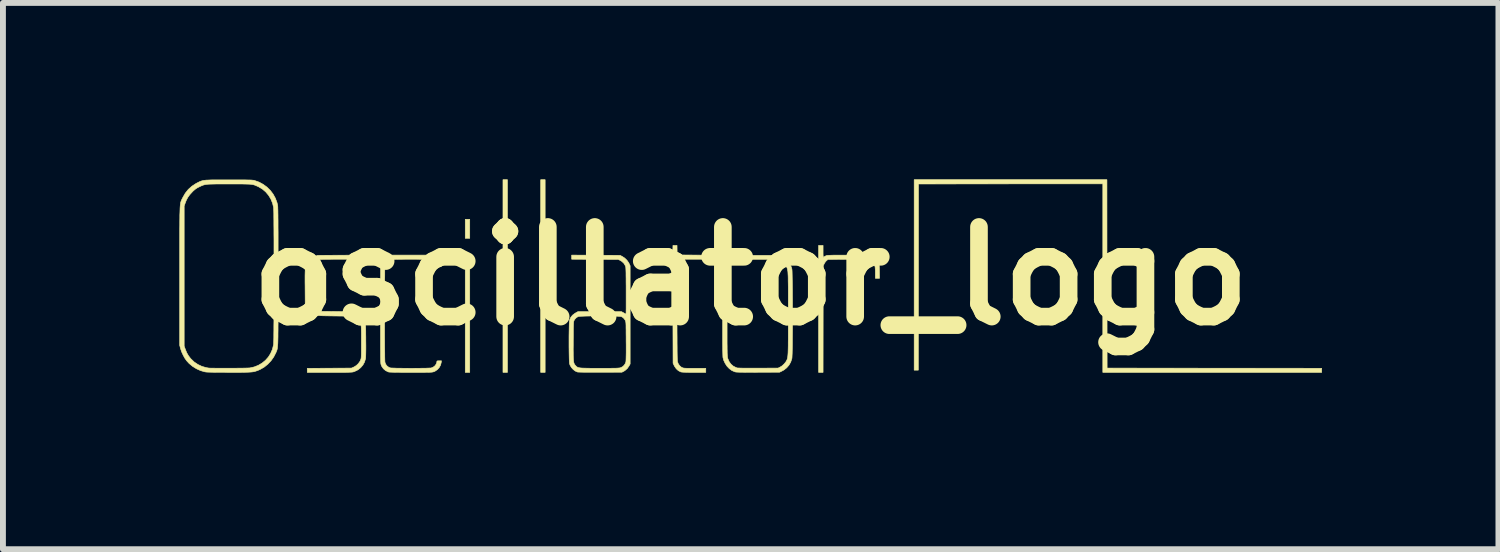
<source format=kicad_pcb>
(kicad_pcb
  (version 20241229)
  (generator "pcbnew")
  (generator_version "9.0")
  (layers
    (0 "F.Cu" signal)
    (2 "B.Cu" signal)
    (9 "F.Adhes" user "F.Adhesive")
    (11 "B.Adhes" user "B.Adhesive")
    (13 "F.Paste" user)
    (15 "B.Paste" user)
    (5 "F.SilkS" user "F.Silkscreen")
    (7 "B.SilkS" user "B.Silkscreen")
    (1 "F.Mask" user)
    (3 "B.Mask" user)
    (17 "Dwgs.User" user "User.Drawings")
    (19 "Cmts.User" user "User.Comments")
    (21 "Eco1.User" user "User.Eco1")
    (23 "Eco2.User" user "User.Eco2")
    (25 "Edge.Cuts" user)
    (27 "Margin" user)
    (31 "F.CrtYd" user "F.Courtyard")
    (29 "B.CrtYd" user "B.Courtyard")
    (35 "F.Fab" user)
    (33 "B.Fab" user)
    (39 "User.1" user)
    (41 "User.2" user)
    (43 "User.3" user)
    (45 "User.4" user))
  (footprint "oscillator_logo"
    (layer "F.Cu")
    (at 9.711 1.643)
    (property "Reference" "oscillator_logo" (at 0 0 0) (layer "F.SilkS") (effects (font (size 1.524 1.524) (thickness 0.3))))
    (attr through_hole)
    (fp_poly (pts (xy -4.775 -0.641) (xy -4.851 -0.641) (xy -4.851 -0.965) (xy -4.775 -0.965) (xy -4.775 -0.641)) (stroke (width 0.01) (type solid)) (fill yes) (layer "F.SilkS"))
    (fp_poly (pts (xy -4.775 1.638) (xy -4.851 1.638) (xy -4.851 -0.356) (xy -4.775 -0.356) (xy -4.775 1.638)) (stroke (width 0.01) (type solid)) (fill yes) (layer "F.SilkS"))
    (fp_poly (pts (xy -4.134 1.638) (xy -4.21 1.638) (xy -4.21 -1.638) (xy -4.134 -1.638) (xy -4.134 1.638)) (stroke (width 0.01) (type solid)) (fill yes) (layer "F.SilkS"))
    (fp_poly (pts (xy -3.493 1.638) (xy -3.569 1.638) (xy -3.569 -1.638) (xy -3.493 -1.638) (xy -3.493 1.638)) (stroke (width 0.01) (type solid)) (fill yes) (layer "F.SilkS"))
    (fp_poly (pts (xy 6.059 -0.037) (xy 6.061 1.565) (xy 7.885 1.567) (xy 9.709 1.568) (xy 9.709 1.638) (xy 5.988 1.638) (xy 5.988 -1.568) (xy 4.421 -1.567) (xy 2.854 -1.565) (xy 2.853 0.017) (xy 2.851 1.6) (xy 2.781 1.6) (xy 2.781 -1.638) (xy 6.058 -1.638) (xy 6.059 -0.037)) (stroke (width 0.01) (type solid)) (fill yes) (layer "F.SilkS"))
    (fp_poly (pts (xy -1.25 -0.44) (xy -1.248 -0.359) (xy -1.024 -0.357) (xy -0.8 -0.355) (xy -0.8 -0.286) (xy -1.251 -0.286) (xy -1.251 0.568) (xy -1.251 0.706) (xy -1.251 0.831) (xy -1.251 0.944) (xy -1.25 1.045) (xy -1.25 1.135) (xy -1.249 1.213) (xy -1.249 1.279) (xy -1.248 1.335) (xy -1.247 1.38) (xy -1.246 1.414) (xy -1.245 1.438) (xy -1.244 1.452) (xy -1.244 1.454) (xy -1.23 1.491) (xy -1.207 1.524) (xy -1.178 1.549) (xy -1.169 1.554) (xy -1.16 1.558) (xy -1.152 1.561) (xy -1.141 1.564) (xy -1.128 1.566) (xy -1.11 1.567) (xy -1.086 1.568) (xy -1.054 1.568) (xy -1.012 1.568) (xy -0.96 1.568) (xy -0.951 1.568) (xy -0.762 1.568) (xy -0.762 1.638) (xy -0.964 1.638) (xy -1.025 1.638) (xy -1.075 1.637) (xy -1.114 1.636) (xy -1.145 1.635) (xy -1.167 1.633) (xy -1.182 1.631) (xy -1.189 1.629) (xy -1.229 1.608) (xy -1.264 1.576) (xy -1.294 1.533) (xy -1.303 1.514) (xy -1.318 1.483) (xy -1.324 -0.283) (xy -1.541 -0.284) (xy -1.759 -0.286) (xy -1.759 -0.355) (xy -1.541 -0.357) (xy -1.324 -0.359) (xy -1.322 -0.44) (xy -1.32 -0.521) (xy -1.251 -0.521) (xy -1.25 -0.44)) (stroke (width 0.01) (type solid)) (fill yes) (layer "F.SilkS"))
    (fp_poly (pts (xy 1.232 -0.419) (xy 1.232 -0.377) (xy 1.233 -0.347) (xy 1.236 -0.328) (xy 1.239 -0.319) (xy 1.243 -0.318) (xy 1.248 -0.325) (xy 1.256 -0.331) (xy 1.272 -0.34) (xy 1.279 -0.343) (xy 1.285 -0.346) (xy 1.292 -0.348) (xy 1.301 -0.35) (xy 1.313 -0.351) (xy 1.329 -0.352) (xy 1.351 -0.353) (xy 1.378 -0.354) (xy 1.413 -0.355) (xy 1.456 -0.355) (xy 1.508 -0.355) (xy 1.57 -0.355) (xy 1.643 -0.355) (xy 1.676 -0.355) (xy 1.754 -0.355) (xy 1.82 -0.355) (xy 1.876 -0.355) (xy 1.922 -0.355) (xy 1.96 -0.355) (xy 1.99 -0.354) (xy 2.013 -0.353) (xy 2.031 -0.352) (xy 2.045 -0.351) (xy 2.055 -0.349) (xy 2.062 -0.347) (xy 2.069 -0.345) (xy 2.074 -0.343) (xy 2.104 -0.323) (xy 2.133 -0.294) (xy 2.158 -0.259) (xy 2.171 -0.236) (xy 2.177 -0.223) (xy 2.181 -0.21) (xy 2.184 -0.197) (xy 2.186 -0.18) (xy 2.188 -0.157) (xy 2.189 -0.126) (xy 2.19 -0.085) (xy 2.19 -0.081) (xy 2.192 0.038) (xy 2.121 0.038) (xy 2.121 -0.053) (xy 2.121 -0.094) (xy 2.119 -0.125) (xy 2.117 -0.15) (xy 2.112 -0.171) (xy 2.108 -0.186) (xy 2.092 -0.224) (xy 2.069 -0.254) (xy 2.042 -0.274) (xy 2.027 -0.28) (xy 2.015 -0.281) (xy 1.992 -0.283) (xy 1.958 -0.284) (xy 1.912 -0.284) (xy 1.854 -0.285) (xy 1.785 -0.285) (xy 1.703 -0.285) (xy 1.66 -0.285) (xy 1.317 -0.283) (xy 1.294 -0.265) (xy 1.278 -0.249) (xy 1.261 -0.226) (xy 1.253 -0.211) (xy 1.235 -0.175) (xy 1.233 0.732) (xy 1.232 1.638) (xy 1.156 1.638) (xy 1.156 -0.521) (xy 1.232 -0.521) (xy 1.232 -0.419)) (stroke (width 0.01) (type solid)) (fill yes) (layer "F.SilkS"))
    (fp_poly (pts (xy -5.366 -0.336) (xy -5.33 -0.312) (xy -5.3 -0.28) (xy -5.276 -0.244) (xy -5.262 -0.205) (xy -5.258 -0.173) (xy -5.259 -0.165) (xy -5.264 -0.161) (xy -5.275 -0.159) (xy -5.296 -0.159) (xy -5.317 -0.159) (xy -5.328 -0.161) (xy -5.333 -0.165) (xy -5.334 -0.174) (xy -5.334 -0.175) (xy -5.34 -0.202) (xy -5.355 -0.23) (xy -5.377 -0.254) (xy -5.404 -0.272) (xy -5.422 -0.279) (xy -5.434 -0.281) (xy -5.457 -0.282) (xy -5.49 -0.283) (xy -5.531 -0.284) (xy -5.579 -0.285) (xy -5.632 -0.285) (xy -5.689 -0.286) (xy -5.748 -0.286) (xy -5.807 -0.286) (xy -5.866 -0.286) (xy -5.923 -0.285) (xy -5.976 -0.285) (xy -6.023 -0.284) (xy -6.064 -0.283) (xy -6.097 -0.282) (xy -6.12 -0.28) (xy -6.131 -0.279) (xy -6.161 -0.264) (xy -6.187 -0.241) (xy -6.207 -0.211) (xy -6.216 -0.185) (xy -6.217 -0.174) (xy -6.218 -0.151) (xy -6.219 -0.117) (xy -6.22 -0.073) (xy -6.22 -0.02) (xy -6.221 0.041) (xy -6.222 0.108) (xy -6.222 0.182) (xy -6.223 0.261) (xy -6.223 0.344) (xy -6.223 0.43) (xy -6.223 0.519) (xy -6.223 0.608) (xy -6.223 0.698) (xy -6.223 0.788) (xy -6.223 0.876) (xy -6.223 0.961) (xy -6.223 1.043) (xy -6.222 1.121) (xy -6.222 1.193) (xy -6.221 1.259) (xy -6.22 1.317) (xy -6.22 1.368) (xy -6.219 1.409) (xy -6.218 1.44) (xy -6.217 1.46) (xy -6.216 1.467) (xy -6.203 1.501) (xy -6.18 1.53) (xy -6.15 1.552) (xy -6.126 1.561) (xy -6.113 1.563) (xy -6.089 1.564) (xy -6.055 1.565) (xy -6.013 1.567) (xy -5.964 1.567) (xy -5.911 1.568) (xy -5.854 1.568) (xy -5.795 1.569) (xy -5.735 1.569) (xy -5.677 1.568) (xy -5.621 1.568) (xy -5.569 1.567) (xy -5.523 1.567) (xy -5.484 1.565) (xy -5.453 1.564) (xy -5.433 1.563) (xy -5.426 1.561) (xy -5.395 1.548) (xy -5.368 1.527) (xy -5.348 1.501) (xy -5.336 1.473) (xy -5.334 1.458) (xy -5.333 1.449) (xy -5.329 1.444) (xy -5.318 1.442) (xy -5.298 1.441) (xy -5.295 1.441) (xy -5.256 1.441) (xy -5.26 1.471) (xy -5.272 1.516) (xy -5.295 1.557) (xy -5.326 1.591) (xy -5.364 1.617) (xy -5.382 1.625) (xy -5.39 1.628) (xy -5.398 1.63) (xy -5.407 1.632) (xy -5.419 1.634) (xy -5.435 1.635) (xy -5.455 1.636) (xy -5.48 1.637) (xy -5.512 1.637) (xy -5.553 1.638) (xy -5.601 1.638) (xy -5.66 1.638) (xy -5.73 1.638) (xy -5.777 1.638) (xy -5.858 1.638) (xy -5.926 1.638) (xy -5.984 1.637) (xy -6.032 1.637) (xy -6.071 1.636) (xy -6.102 1.635) (xy -6.125 1.634) (xy -6.143 1.633) (xy -6.155 1.631) (xy -6.161 1.629) (xy -6.206 1.607) (xy -6.243 1.575) (xy -6.271 1.535) (xy -6.283 1.506) (xy -6.284 1.5) (xy -6.286 1.493) (xy -6.287 1.483) (xy -6.288 1.47) (xy -6.289 1.453) (xy -6.29 1.432) (xy -6.29 1.405) (xy -6.291 1.373) (xy -6.291 1.334) (xy -6.291 1.288) (xy -6.292 1.234) (xy -6.292 1.172) (xy -6.292 1.101) (xy -6.292 1.02) (xy -6.292 0.929) (xy -6.292 0.827) (xy -6.292 0.713) (xy -6.291 0.628) (xy -6.29 -0.219) (xy -6.275 -0.246) (xy -6.248 -0.286) (xy -6.215 -0.317) (xy -6.183 -0.336) (xy -6.145 -0.356) (xy -5.406 -0.356) (xy -5.366 -0.336)) (stroke (width 0.01) (type solid)) (fill yes) (layer "F.SilkS"))
    (fp_poly (pts (xy -6.579 -0.286) (xy -6.943 -0.286) (xy -7.021 -0.286) (xy -7.087 -0.286) (xy -7.142 -0.285) (xy -7.188 -0.285) (xy -7.225 -0.285) (xy -7.256 -0.284) (xy -7.28 -0.283) (xy -7.299 -0.282) (xy -7.314 -0.281) (xy -7.325 -0.279) (xy -7.335 -0.277) (xy -7.345 -0.274) (xy -7.348 -0.273) (xy -7.396 -0.253) (xy -7.436 -0.223) (xy -7.466 -0.186) (xy -7.475 -0.172) (xy -7.482 -0.16) (xy -7.487 -0.147) (xy -7.492 -0.133) (xy -7.496 -0.116) (xy -7.498 -0.096) (xy -7.5 -0.07) (xy -7.501 -0.037) (xy -7.502 0.003) (xy -7.502 0.053) (xy -7.503 0.113) (xy -7.503 0.162) (xy -7.503 0.429) (xy -7.487 0.467) (xy -7.467 0.504) (xy -7.437 0.539) (xy -7.402 0.569) (xy -7.376 0.584) (xy -7.344 0.6) (xy -7.055 0.603) (xy -6.987 0.604) (xy -6.93 0.605) (xy -6.883 0.606) (xy -6.846 0.607) (xy -6.816 0.607) (xy -6.793 0.609) (xy -6.775 0.61) (xy -6.762 0.612) (xy -6.751 0.614) (xy -6.742 0.617) (xy -6.733 0.62) (xy -6.73 0.621) (xy -6.675 0.65) (xy -6.627 0.688) (xy -6.588 0.736) (xy -6.559 0.792) (xy -6.558 0.794) (xy -6.554 0.803) (xy -6.551 0.812) (xy -6.549 0.822) (xy -6.547 0.835) (xy -6.546 0.852) (xy -6.545 0.873) (xy -6.544 0.902) (xy -6.543 0.938) (xy -6.543 0.982) (xy -6.542 1.038) (xy -6.542 1.099) (xy -6.541 1.178) (xy -6.541 1.244) (xy -6.542 1.299) (xy -6.543 1.343) (xy -6.544 1.376) (xy -6.546 1.398) (xy -6.547 1.406) (xy -6.564 1.463) (xy -6.592 1.514) (xy -6.63 1.558) (xy -6.675 1.594) (xy -6.728 1.62) (xy -6.744 1.626) (xy -6.753 1.629) (xy -6.762 1.631) (xy -6.774 1.633) (xy -6.788 1.634) (xy -6.806 1.635) (xy -6.828 1.636) (xy -6.857 1.637) (xy -6.893 1.638) (xy -6.937 1.638) (xy -6.99 1.638) (xy -7.053 1.638) (xy -7.128 1.638) (xy -7.16 1.638) (xy -7.537 1.638) (xy -7.537 1.569) (xy -7.161 1.567) (xy -6.785 1.565) (xy -6.745 1.547) (xy -6.704 1.522) (xy -6.669 1.489) (xy -6.641 1.45) (xy -6.63 1.427) (xy -6.627 1.417) (xy -6.624 1.408) (xy -6.622 1.397) (xy -6.62 1.384) (xy -6.619 1.367) (xy -6.618 1.345) (xy -6.617 1.316) (xy -6.617 1.28) (xy -6.617 1.234) (xy -6.617 1.179) (xy -6.617 1.121) (xy -6.617 1.055) (xy -6.617 1) (xy -6.617 0.956) (xy -6.618 0.921) (xy -6.618 0.893) (xy -6.619 0.871) (xy -6.621 0.855) (xy -6.622 0.842) (xy -6.625 0.832) (xy -6.628 0.823) (xy -6.63 0.817) (xy -6.65 0.778) (xy -6.68 0.742) (xy -6.715 0.712) (xy -6.736 0.7) (xy -6.772 0.683) (xy -7.058 0.679) (xy -7.13 0.678) (xy -7.19 0.677) (xy -7.241 0.676) (xy -7.282 0.675) (xy -7.315 0.673) (xy -7.343 0.67) (xy -7.365 0.667) (xy -7.383 0.662) (xy -7.399 0.657) (xy -7.413 0.65) (xy -7.427 0.642) (xy -7.443 0.632) (xy -7.448 0.628) (xy -7.486 0.598) (xy -7.517 0.563) (xy -7.544 0.52) (xy -7.551 0.504) (xy -7.572 0.46) (xy -7.574 0.176) (xy -7.575 0.104) (xy -7.575 0.043) (xy -7.575 -0.007) (xy -7.574 -0.048) (xy -7.573 -0.082) (xy -7.571 -0.11) (xy -7.568 -0.132) (xy -7.565 -0.151) (xy -7.56 -0.167) (xy -7.554 -0.181) (xy -7.547 -0.196) (xy -7.539 -0.211) (xy -7.517 -0.243) (xy -7.486 -0.276) (xy -7.45 -0.305) (xy -7.413 -0.329) (xy -7.406 -0.332) (xy -7.363 -0.352) (xy -6.971 -0.354) (xy -6.579 -0.356) (xy -6.579 -0.286)) (stroke (width 0.01) (type solid)) (fill yes) (layer "F.SilkS"))
    (fp_poly (pts (xy -2.63 -0.354) (xy -2.219 -0.352) (xy -2.181 -0.332) (xy -2.14 -0.305) (xy -2.103 -0.269) (xy -2.073 -0.227) (xy -2.065 -0.211) (xy -2.048 -0.175) (xy -2.048 1.495) (xy -2.067 1.529) (xy -2.097 1.572) (xy -2.137 1.607) (xy -2.16 1.621) (xy -2.188 1.635) (xy -2.556 1.636) (xy -2.628 1.636) (xy -2.695 1.636) (xy -2.756 1.636) (xy -2.811 1.636) (xy -2.858 1.635) (xy -2.895 1.634) (xy -2.923 1.633) (xy -2.94 1.632) (xy -2.944 1.631) (xy -2.981 1.615) (xy -3.016 1.588) (xy -3.046 1.555) (xy -3.068 1.518) (xy -3.076 1.497) (xy -3.079 1.483) (xy -3.081 1.457) (xy -3.083 1.421) (xy -3.084 1.378) (xy -3.085 1.327) (xy -3.086 1.272) (xy -3.086 1.247) (xy -3.016 1.247) (xy -3.015 1.303) (xy -3.015 1.35) (xy -3.014 1.389) (xy -3.012 1.42) (xy -3.01 1.445) (xy -3.007 1.464) (xy -3.003 1.48) (xy -2.998 1.492) (xy -2.992 1.503) (xy -2.985 1.512) (xy -2.977 1.521) (xy -2.977 1.522) (xy -2.968 1.531) (xy -2.959 1.54) (xy -2.95 1.546) (xy -2.939 1.552) (xy -2.925 1.557) (xy -2.908 1.56) (xy -2.886 1.563) (xy -2.857 1.565) (xy -2.822 1.566) (xy -2.778 1.567) (xy -2.725 1.568) (xy -2.662 1.568) (xy -2.588 1.568) (xy -2.568 1.568) (xy -2.493 1.568) (xy -2.43 1.568) (xy -2.377 1.568) (xy -2.334 1.567) (xy -2.299 1.567) (xy -2.271 1.566) (xy -2.249 1.564) (xy -2.233 1.563) (xy -2.221 1.561) (xy -2.212 1.559) (xy -2.212 1.559) (xy -2.177 1.542) (xy -2.149 1.516) (xy -2.128 1.483) (xy -2.121 1.46) (xy -2.119 1.446) (xy -2.118 1.425) (xy -2.117 1.394) (xy -2.116 1.354) (xy -2.115 1.303) (xy -2.115 1.242) (xy -2.115 1.169) (xy -2.116 1.102) (xy -2.116 1.029) (xy -2.117 0.968) (xy -2.117 0.918) (xy -2.118 0.877) (xy -2.118 0.844) (xy -2.119 0.819) (xy -2.12 0.799) (xy -2.122 0.784) (xy -2.123 0.774) (xy -2.126 0.766) (xy -2.128 0.759) (xy -2.131 0.753) (xy -2.131 0.752) (xy -2.154 0.72) (xy -2.181 0.698) (xy -2.199 0.689) (xy -2.211 0.687) (xy -2.234 0.685) (xy -2.268 0.683) (xy -2.309 0.681) (xy -2.357 0.68) (xy -2.411 0.679) (xy -2.468 0.679) (xy -2.528 0.678) (xy -2.589 0.678) (xy -2.649 0.678) (xy -2.707 0.679) (xy -2.762 0.68) (xy -2.812 0.681) (xy -2.855 0.683) (xy -2.89 0.684) (xy -2.916 0.686) (xy -2.931 0.689) (xy -2.932 0.689) (xy -2.964 0.708) (xy -2.988 0.734) (xy -2.999 0.752) (xy -3.002 0.758) (xy -3.005 0.765) (xy -3.007 0.773) (xy -3.009 0.783) (xy -3.01 0.797) (xy -3.011 0.816) (xy -3.012 0.841) (xy -3.013 0.873) (xy -3.014 0.913) (xy -3.014 0.962) (xy -3.014 1.022) (xy -3.015 1.093) (xy -3.015 1.101) (xy -3.015 1.18) (xy -3.016 1.247) (xy -3.086 1.247) (xy -3.087 1.213) (xy -3.087 1.151) (xy -3.087 1.089) (xy -3.087 1.028) (xy -3.086 0.969) (xy -3.085 0.913) (xy -3.084 0.863) (xy -3.083 0.82) (xy -3.081 0.785) (xy -3.079 0.76) (xy -3.077 0.746) (xy -3.058 0.704) (xy -3.028 0.666) (xy -2.989 0.636) (xy -2.978 0.629) (xy -2.937 0.606) (xy -2.194 0.606) (xy -2.159 0.625) (xy -2.14 0.636) (xy -2.125 0.644) (xy -2.119 0.647) (xy -2.118 0.641) (xy -2.117 0.624) (xy -2.117 0.596) (xy -2.116 0.558) (xy -2.116 0.512) (xy -2.116 0.459) (xy -2.116 0.399) (xy -2.116 0.334) (xy -2.116 0.265) (xy -2.116 0.25) (xy -2.116 0.168) (xy -2.117 0.098) (xy -2.117 0.039) (xy -2.118 -0.011) (xy -2.118 -0.051) (xy -2.119 -0.084) (xy -2.12 -0.11) (xy -2.121 -0.13) (xy -2.122 -0.146) (xy -2.124 -0.157) (xy -2.126 -0.165) (xy -2.128 -0.172) (xy -2.129 -0.174) (xy -2.154 -0.216) (xy -2.188 -0.248) (xy -2.215 -0.265) (xy -2.251 -0.283) (xy -2.646 -0.284) (xy -3.042 -0.286) (xy -3.042 -0.356) (xy -2.63 -0.354)) (stroke (width 0.01) (type solid)) (fill yes) (layer "F.SilkS"))
    (fp_poly (pts (xy 0.536 -0.333) (xy 0.587 -0.301) (xy 0.63 -0.259) (xy 0.666 -0.209) (xy 0.692 -0.153) (xy 0.701 -0.123) (xy 0.703 -0.111) (xy 0.705 -0.086) (xy 0.706 -0.051) (xy 0.707 -0.006) (xy 0.708 0.047) (xy 0.709 0.108) (xy 0.71 0.176) (xy 0.711 0.25) (xy 0.711 0.328) (xy 0.712 0.41) (xy 0.712 0.494) (xy 0.712 0.581) (xy 0.712 0.668) (xy 0.712 0.754) (xy 0.712 0.84) (xy 0.712 0.923) (xy 0.711 1.002) (xy 0.71 1.077) (xy 0.71 1.147) (xy 0.709 1.211) (xy 0.708 1.267) (xy 0.707 1.315) (xy 0.705 1.354) (xy 0.704 1.382) (xy 0.702 1.399) (xy 0.702 1.402) (xy 0.682 1.462) (xy 0.652 1.515) (xy 0.613 1.56) (xy 0.566 1.597) (xy 0.541 1.611) (xy 0.493 1.635) (xy 0.127 1.636) (xy 0.047 1.637) (xy -0.021 1.637) (xy -0.078 1.637) (xy -0.126 1.636) (xy -0.165 1.636) (xy -0.196 1.635) (xy -0.22 1.634) (xy -0.239 1.633) (xy -0.253 1.631) (xy -0.263 1.63) (xy -0.268 1.628) (xy -0.317 1.607) (xy -0.362 1.574) (xy -0.401 1.533) (xy -0.433 1.484) (xy -0.458 1.43) (xy -0.471 1.38) (xy -0.471 1.369) (xy -0.472 1.346) (xy -0.473 1.311) (xy -0.474 1.265) (xy -0.474 1.208) (xy -0.475 1.142) (xy -0.475 1.067) (xy -0.475 0.983) (xy -0.475 0.89) (xy -0.475 0.791) (xy -0.475 0.684) (xy -0.475 0.618) (xy -0.474 0.454) (xy -0.4 0.454) (xy -0.4 0.559) (xy -0.4 0.643) (xy -0.4 0.754) (xy -0.4 0.853) (xy -0.4 0.941) (xy -0.4 1.018) (xy -0.4 1.086) (xy -0.4 1.145) (xy -0.399 1.195) (xy -0.399 1.237) (xy -0.398 1.273) (xy -0.398 1.303) (xy -0.397 1.327) (xy -0.396 1.346) (xy -0.395 1.361) (xy -0.394 1.373) (xy -0.393 1.383) (xy -0.391 1.39) (xy -0.389 1.397) (xy -0.387 1.403) (xy -0.387 1.405) (xy -0.364 1.457) (xy -0.332 1.5) (xy -0.293 1.533) (xy -0.246 1.556) (xy -0.225 1.563) (xy -0.216 1.563) (xy -0.194 1.564) (xy -0.163 1.565) (xy -0.122 1.566) (xy -0.074 1.566) (xy -0.02 1.566) (xy 0.04 1.566) (xy 0.104 1.566) (xy 0.13 1.566) (xy 0.467 1.565) (xy 0.502 1.548) (xy 0.537 1.526) (xy 0.57 1.495) (xy 0.598 1.461) (xy 0.609 1.442) (xy 0.614 1.432) (xy 0.619 1.423) (xy 0.622 1.413) (xy 0.626 1.402) (xy 0.629 1.39) (xy 0.631 1.374) (xy 0.633 1.356) (xy 0.635 1.333) (xy 0.637 1.305) (xy 0.638 1.272) (xy 0.639 1.232) (xy 0.64 1.186) (xy 0.64 1.131) (xy 0.641 1.068) (xy 0.641 0.996) (xy 0.641 0.914) (xy 0.641 0.821) (xy 0.641 0.717) (xy 0.641 0.641) (xy 0.641 0.529) (xy 0.641 0.429) (xy 0.641 0.339) (xy 0.641 0.261) (xy 0.641 0.192) (xy 0.64 0.132) (xy 0.639 0.08) (xy 0.639 0.036) (xy 0.638 -0.001) (xy 0.636 -0.033) (xy 0.635 -0.058) (xy 0.633 -0.08) (xy 0.63 -0.097) (xy 0.628 -0.112) (xy 0.625 -0.124) (xy 0.621 -0.134) (xy 0.617 -0.143) (xy 0.613 -0.153) (xy 0.609 -0.159) (xy 0.59 -0.19) (xy 0.563 -0.22) (xy 0.533 -0.247) (xy 0.504 -0.266) (xy 0.5 -0.268) (xy 0.467 -0.283) (xy 0.117 -0.283) (xy 0.042 -0.283) (xy -0.022 -0.283) (xy -0.075 -0.282) (xy -0.119 -0.282) (xy -0.154 -0.282) (xy -0.182 -0.281) (xy -0.204 -0.28) (xy -0.221 -0.279) (xy -0.233 -0.278) (xy -0.243 -0.276) (xy -0.25 -0.274) (xy -0.257 -0.271) (xy -0.261 -0.269) (xy -0.294 -0.249) (xy -0.327 -0.221) (xy -0.354 -0.191) (xy -0.364 -0.176) (xy -0.37 -0.167) (xy -0.374 -0.158) (xy -0.379 -0.15) (xy -0.382 -0.141) (xy -0.386 -0.131) (xy -0.389 -0.119) (xy -0.391 -0.104) (xy -0.393 -0.085) (xy -0.395 -0.062) (xy -0.396 -0.034) (xy -0.397 -0.001) (xy -0.398 0.039) (xy -0.399 0.087) (xy -0.399 0.141) (xy -0.4 0.205) (xy -0.4 0.278) (xy -0.4 0.361) (xy -0.4 0.454) (xy -0.474 0.454) (xy -0.473 -0.111) (xy -0.457 -0.154) (xy -0.429 -0.212) (xy -0.394 -0.261) (xy -0.353 -0.3) (xy -0.303 -0.331) (xy -0.298 -0.333) (xy -0.257 -0.352) (xy 0.498 -0.352) (xy 0.536 -0.333)) (stroke (width 0.01) (type solid)) (fill yes) (layer "F.SilkS"))
    (fp_poly (pts (xy -8.871 -1.635) (xy -8.789 -1.635) (xy -8.719 -1.635) (xy -8.66 -1.635) (xy -8.61 -1.635) (xy -8.569 -1.634) (xy -8.535 -1.633) (xy -8.508 -1.633) (xy -8.487 -1.632) (xy -8.47 -1.63) (xy -8.456 -1.629) (xy -8.445 -1.627) (xy -8.436 -1.625) (xy -8.433 -1.624) (xy -8.357 -1.597) (xy -8.287 -1.559) (xy -8.223 -1.512) (xy -8.166 -1.456) (xy -8.118 -1.393) (xy -8.08 -1.324) (xy -8.052 -1.25) (xy -8.043 -1.212) (xy -8.042 -1.204) (xy -8.04 -1.196) (xy -8.039 -1.184) (xy -8.038 -1.17) (xy -8.038 -1.153) (xy -8.037 -1.131) (xy -8.036 -1.105) (xy -8.036 -1.074) (xy -8.035 -1.037) (xy -8.035 -0.994) (xy -8.034 -0.944) (xy -8.034 -0.887) (xy -8.034 -0.821) (xy -8.033 -0.748) (xy -8.033 -0.665) (xy -8.033 -0.573) (xy -8.033 -0.471) (xy -8.033 -0.358) (xy -8.033 -0.234) (xy -8.033 -0.098) (xy -8.033 -0.000001) (xy -8.033 0.146) (xy -8.033 0.279) (xy -8.033 0.401) (xy -8.033 0.512) (xy -8.033 0.612) (xy -8.033 0.703) (xy -8.033 0.784) (xy -8.034 0.857) (xy -8.034 0.921) (xy -8.035 0.978) (xy -8.035 1.028) (xy -8.036 1.071) (xy -8.037 1.109) (xy -8.038 1.141) (xy -8.04 1.168) (xy -8.042 1.191) (xy -8.044 1.21) (xy -8.046 1.227) (xy -8.048 1.241) (xy -8.051 1.252) (xy -8.054 1.263) (xy -8.058 1.273) (xy -8.062 1.282) (xy -8.066 1.292) (xy -8.07 1.303) (xy -8.072 1.306) (xy -8.108 1.376) (xy -8.154 1.441) (xy -8.209 1.499) (xy -8.271 1.549) (xy -8.339 1.588) (xy -8.364 1.599) (xy -8.383 1.607) (xy -8.401 1.613) (xy -8.419 1.619) (xy -8.438 1.624) (xy -8.458 1.628) (xy -8.482 1.631) (xy -8.51 1.633) (xy -8.543 1.635) (xy -8.582 1.636) (xy -8.63 1.637) (xy -8.686 1.638) (xy -8.751 1.638) (xy -8.828 1.638) (xy -8.872 1.638) (xy -8.956 1.637) (xy -9.029 1.637) (xy -9.09 1.637) (xy -9.141 1.636) (xy -9.183 1.635) (xy -9.217 1.634) (xy -9.243 1.633) (xy -9.262 1.631) (xy -9.276 1.629) (xy -9.277 1.629) (xy -9.35 1.608) (xy -9.421 1.576) (xy -9.487 1.535) (xy -9.546 1.486) (xy -9.588 1.44) (xy -9.619 1.396) (xy -9.647 1.345) (xy -9.672 1.291) (xy -9.69 1.239) (xy -9.692 1.232) (xy -9.706 1.178) (xy -9.706 0) (xy -9.706 -0.146) (xy -9.706 -0.281) (xy -9.706 -0.404) (xy -9.706 -0.515) (xy -9.706 -0.617) (xy -9.706 -0.708) (xy -9.706 -0.79) (xy -9.705 -0.864) (xy -9.705 -0.929) (xy -9.704 -0.986) (xy -9.704 -1.037) (xy -9.702 -1.081) (xy -9.701 -1.119) (xy -9.7 -1.152) (xy -9.698 -1.18) (xy -9.697 -1.191) (xy -9.63 -1.191) (xy -9.63 1.191) (xy -9.61 1.246) (xy -9.586 1.305) (xy -9.557 1.355) (xy -9.52 1.403) (xy -9.513 1.41) (xy -9.459 1.462) (xy -9.396 1.504) (xy -9.328 1.536) (xy -9.255 1.557) (xy -9.214 1.564) (xy -9.199 1.565) (xy -9.173 1.566) (xy -9.137 1.566) (xy -9.094 1.567) (xy -9.044 1.567) (xy -8.99 1.567) (xy -8.932 1.567) (xy -8.872 1.567) (xy -8.812 1.567) (xy -8.754 1.567) (xy -8.698 1.566) (xy -8.647 1.566) (xy -8.602 1.565) (xy -8.564 1.564) (xy -8.535 1.563) (xy -8.517 1.562) (xy -8.513 1.562) (xy -8.438 1.545) (xy -8.368 1.517) (xy -8.304 1.479) (xy -8.248 1.433) (xy -8.199 1.378) (xy -8.16 1.316) (xy -8.13 1.247) (xy -8.112 1.174) (xy -8.109 1.16) (xy -8.109 1.147) (xy -8.108 1.123) (xy -8.107 1.087) (xy -8.106 1.042) (xy -8.106 0.987) (xy -8.105 0.923) (xy -8.105 0.851) (xy -8.104 0.772) (xy -8.104 0.687) (xy -8.103 0.597) (xy -8.103 0.502) (xy -8.103 0.403) (xy -8.103 0.301) (xy -8.102 0.196) (xy -8.102 0.09) (xy -8.102 -0.016) (xy -8.102 -0.123) (xy -8.102 -0.228) (xy -8.103 -0.332) (xy -8.103 -0.433) (xy -8.103 -0.531) (xy -8.103 -0.625) (xy -8.104 -0.714) (xy -8.104 -0.797) (xy -8.105 -0.874) (xy -8.105 -0.944) (xy -8.106 -1.005) (xy -8.106 -1.058) (xy -8.107 -1.101) (xy -8.108 -1.133) (xy -8.109 -1.154) (xy -8.109 -1.162) (xy -8.127 -1.238) (xy -8.156 -1.309) (xy -8.195 -1.373) (xy -8.243 -1.43) (xy -8.299 -1.478) (xy -8.364 -1.517) (xy -8.366 -1.518) (xy -8.386 -1.527) (xy -8.404 -1.535) (xy -8.42 -1.542) (xy -8.437 -1.548) (xy -8.454 -1.553) (xy -8.474 -1.557) (xy -8.498 -1.56) (xy -8.526 -1.562) (xy -8.559 -1.563) (xy -8.6 -1.564) (xy -8.648 -1.565) (xy -8.706 -1.565) (xy -8.774 -1.565) (xy -8.853 -1.565) (xy -8.868 -1.565) (xy -8.949 -1.565) (xy -9.019 -1.565) (xy -9.079 -1.565) (xy -9.129 -1.564) (xy -9.171 -1.563) (xy -9.206 -1.562) (xy -9.235 -1.56) (xy -9.26 -1.557) (xy -9.281 -1.553) (xy -9.299 -1.548) (xy -9.317 -1.542) (xy -9.334 -1.535) (xy -9.352 -1.527) (xy -9.372 -1.517) (xy -9.379 -1.514) (xy -9.409 -1.498) (xy -9.433 -1.483) (xy -9.456 -1.464) (xy -9.482 -1.441) (xy -9.493 -1.429) (xy -9.536 -1.382) (xy -9.57 -1.334) (xy -9.596 -1.283) (xy -9.612 -1.241) (xy -9.63 -1.191) (xy -9.697 -1.191) (xy -9.696 -1.204) (xy -9.693 -1.224) (xy -9.691 -1.241) (xy -9.688 -1.255) (xy -9.684 -1.268) (xy -9.68 -1.279) (xy -9.676 -1.289) (xy -9.671 -1.299) (xy -9.666 -1.31) (xy -9.66 -1.321) (xy -9.654 -1.333) (xy -9.652 -1.337) (xy -9.611 -1.408) (xy -9.56 -1.472) (xy -9.5 -1.526) (xy -9.432 -1.571) (xy -9.408 -1.584) (xy -9.387 -1.594) (xy -9.37 -1.603) (xy -9.353 -1.61) (xy -9.337 -1.616) (xy -9.32 -1.621) (xy -9.301 -1.625) (xy -9.278 -1.628) (xy -9.252 -1.631) (xy -9.22 -1.632) (xy -9.182 -1.634) (xy -9.137 -1.635) (xy -9.083 -1.635) (xy -9.019 -1.635) (xy -8.945 -1.635) (xy -8.871 -1.635)) (stroke (width 0.01) (type solid)) (fill yes) (layer "F.SilkS")))
  (gr_rect
    (start -3 -3)
    (end 22.425 6.287)
    (stroke (width 0.1) (type default))
    (fill no)
    (layer "Edge.Cuts")))
</source>
